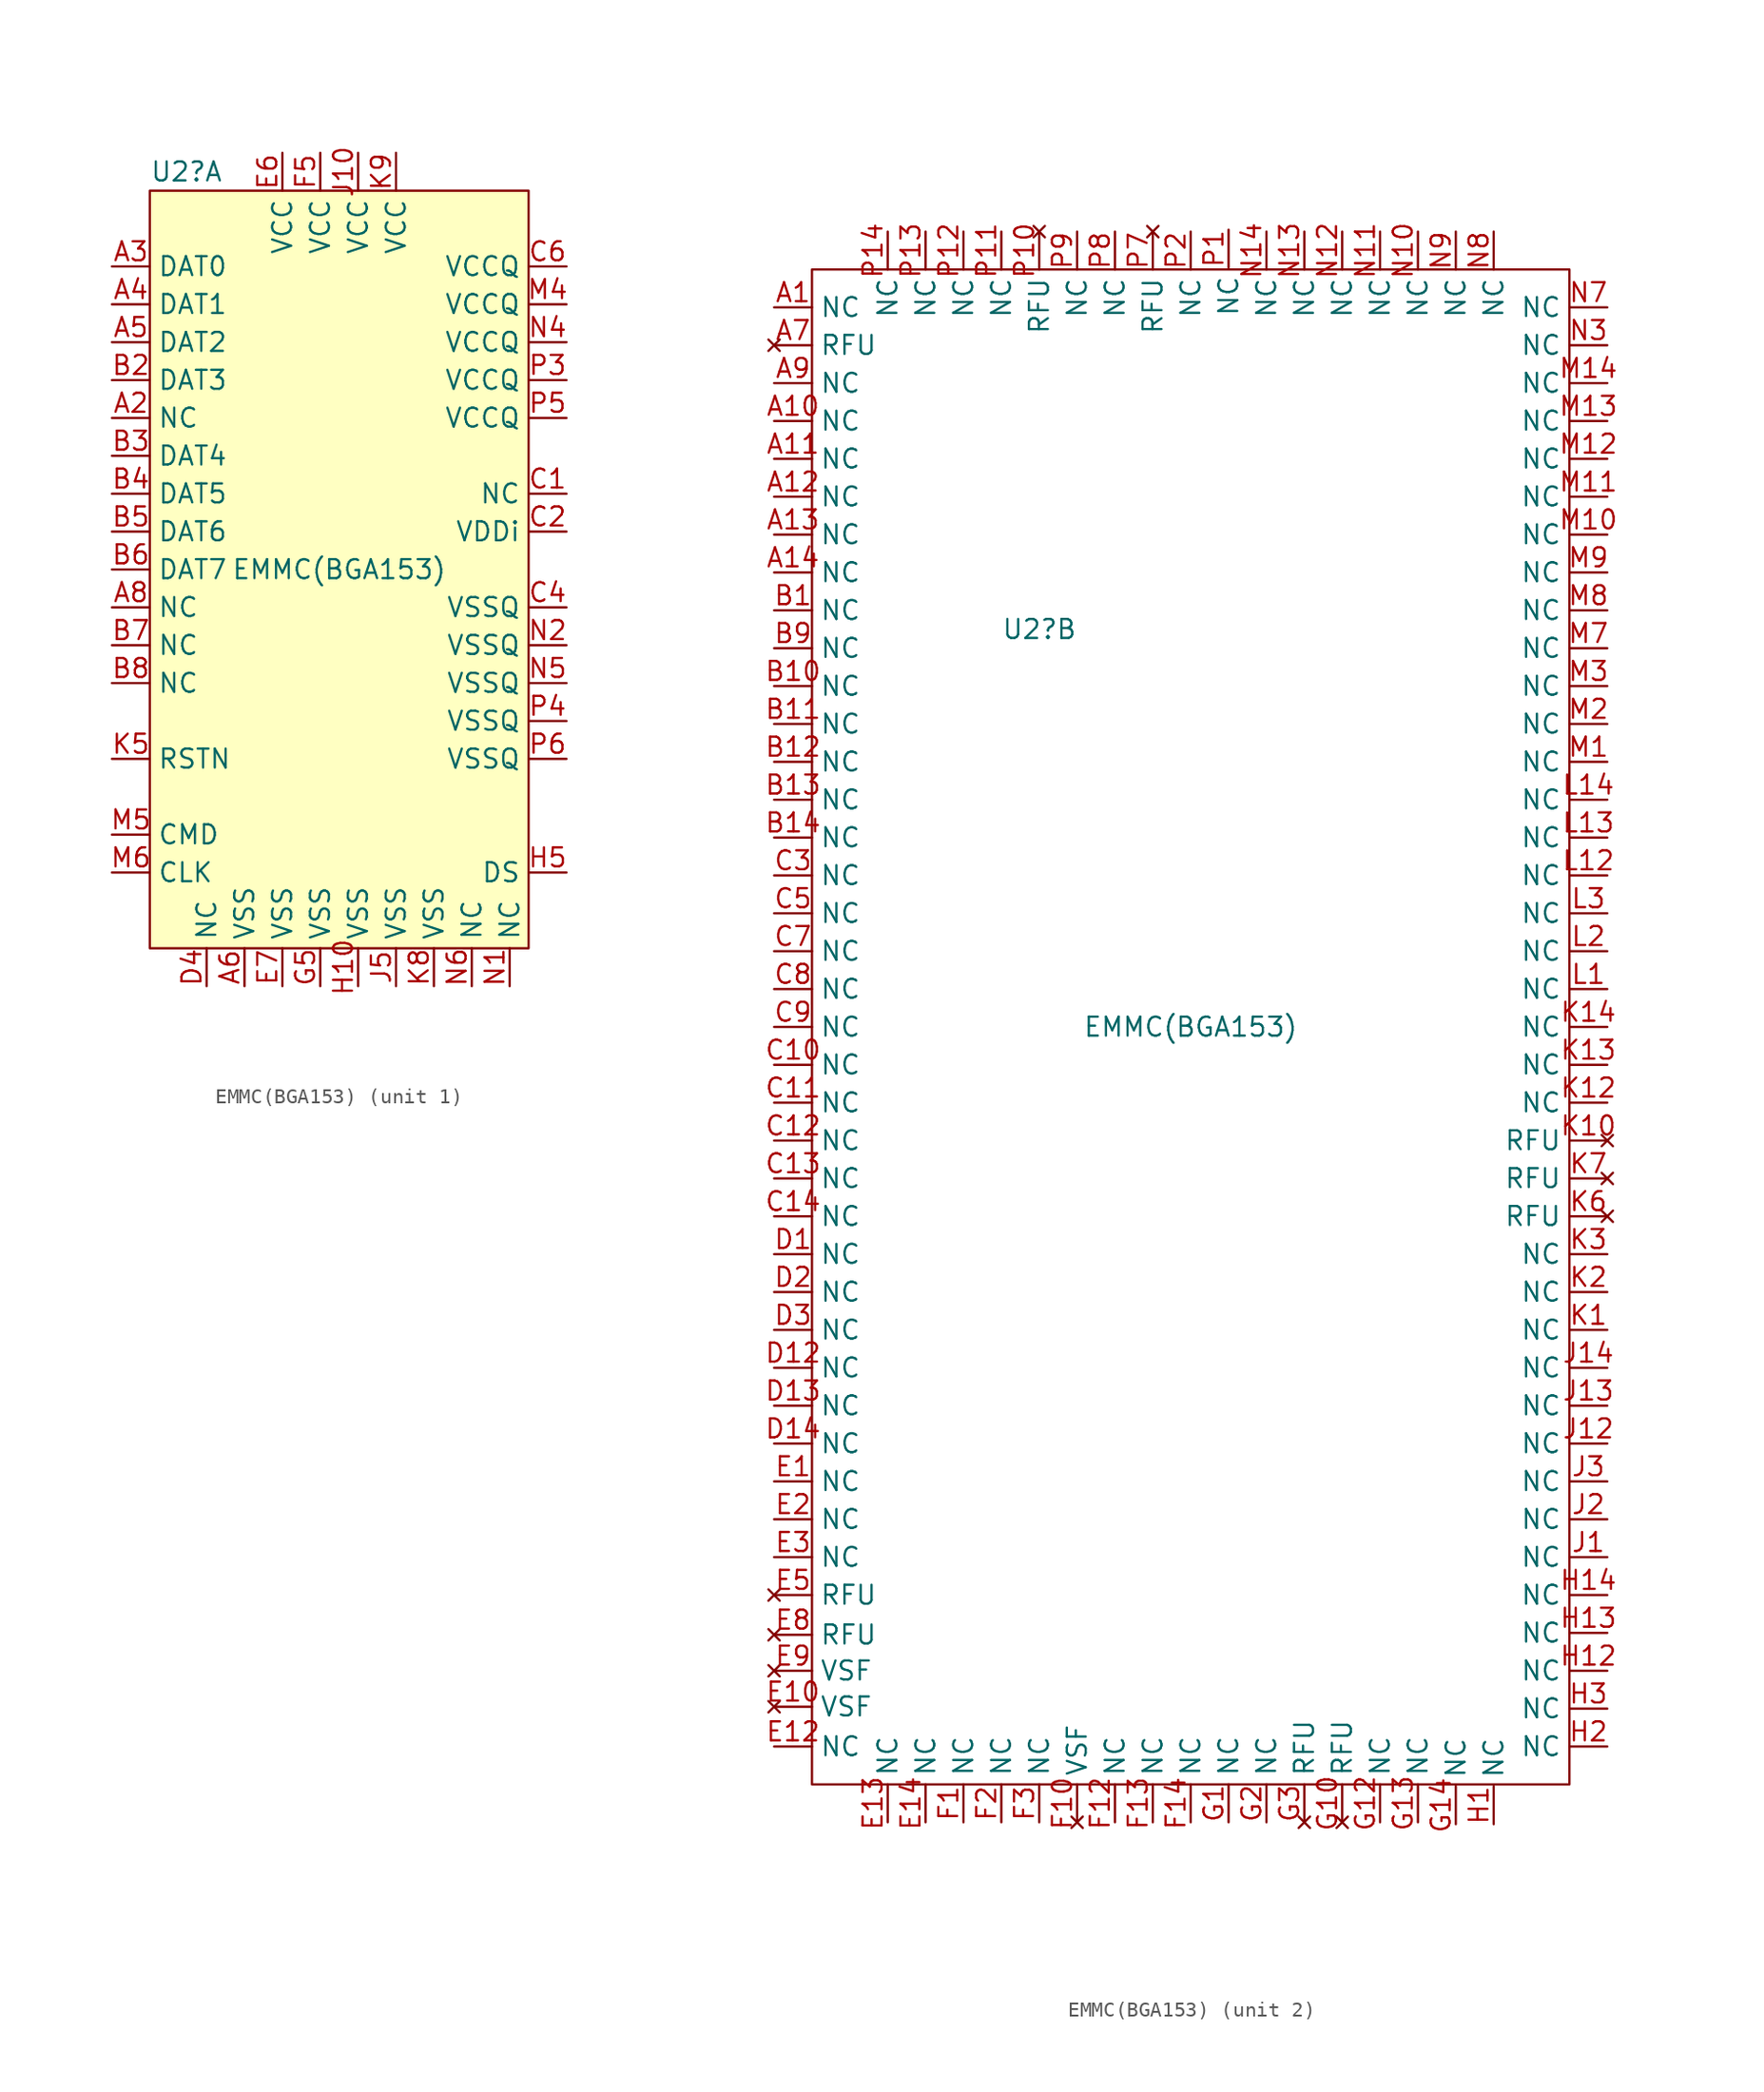
<source format=kicad_sym>
(kicad_symbol_lib
  (version 20211014)
  (generator kicad_symbol_editor)
  (symbol "EMMC(BGA153)"
    (property "Reference" "U2"
      (at -12.7 26.67 0)
      (effects (font (size 1.27 1.27)) (justify left)))
    (property "Value" "EMMC(BGA153)"
      (at 0 0 0)
      (effects (font (size 1.27 1.27))))
    (property "ki_locked" ""
      (at 0 0 0)
      (effects (font (size 1.27 1.27))))
    (symbol "EMMC(BGA153)_1_0"
      (pin free line (at -15.24 10.16 0) (length 2.54) (name "NC" (effects (font (size 1.27 1.27)))) (number "A2" (effects (font (size 1.27 1.27)))))
      (pin bidirectional line (at -15.24 20.32 0) (length 2.54) (name "DAT0" (effects (font (size 1.27 1.27)))) (number "A3" (effects (font (size 1.27 1.27)))))
      (pin bidirectional line (at -15.24 17.78 0) (length 2.54) (name "DAT1" (effects (font (size 1.27 1.27)))) (number "A4" (effects (font (size 1.27 1.27)))))
      (pin bidirectional line (at -15.24 15.24 0) (length 2.54) (name "DAT2" (effects (font (size 1.27 1.27)))) (number "A5" (effects (font (size 1.27 1.27)))))
      (pin power_in line (at -6.35 -27.94 90) (length 2.54) (name "VSS" (effects (font (size 1.27 1.27)))) (number "A6" (effects (font (size 1.27 1.27)))))
      (pin free line (at -15.24 -2.54 0) (length 2.54) (name "NC" (effects (font (size 1.27 1.27)))) (number "A8" (effects (font (size 1.27 1.27)))))
      (pin bidirectional line (at -15.24 12.7 0) (length 2.54) (name "DAT3" (effects (font (size 1.27 1.27)))) (number "B2" (effects (font (size 1.27 1.27)))))
      (pin bidirectional line (at -15.24 7.62 0) (length 2.54) (name "DAT4" (effects (font (size 1.27 1.27)))) (number "B3" (effects (font (size 1.27 1.27)))))
      (pin bidirectional line (at -15.24 5.08 0) (length 2.54) (name "DAT5" (effects (font (size 1.27 1.27)))) (number "B4" (effects (font (size 1.27 1.27)))))
      (pin bidirectional line (at -15.24 2.54 0) (length 2.54) (name "DAT6" (effects (font (size 1.27 1.27)))) (number "B5" (effects (font (size 1.27 1.27)))))
      (pin bidirectional line (at -15.24 0 0) (length 2.54) (name "DAT7" (effects (font (size 1.27 1.27)))) (number "B6" (effects (font (size 1.27 1.27)))))
      (pin free line (at -15.24 -5.08 0) (length 2.54) (name "NC" (effects (font (size 1.27 1.27)))) (number "B7" (effects (font (size 1.27 1.27)))))
      (pin free line (at -15.24 -7.62 0) (length 2.54) (name "NC" (effects (font (size 1.27 1.27)))) (number "B8" (effects (font (size 1.27 1.27)))))
      (pin free line (at 15.24 5.08 180) (length 2.54) (name "NC" (effects (font (size 1.27 1.27)))) (number "C1" (effects (font (size 1.27 1.27)))))
      (pin power_out line (at 15.24 2.54 180) (length 2.54) (name "VDDi" (effects (font (size 1.27 1.27)))) (number "C2" (effects (font (size 1.27 1.27)))))
      (pin power_in line (at 15.24 -2.54 180) (length 2.54) (name "VSSQ" (effects (font (size 1.27 1.27)))) (number "C4" (effects (font (size 1.27 1.27)))))
      (pin power_in line (at 15.24 20.32 180) (length 2.54) (name "VCCQ" (effects (font (size 1.27 1.27)))) (number "C6" (effects (font (size 1.27 1.27)))))
      (pin free line (at -8.89 -27.94 90) (length 2.54) (name "NC" (effects (font (size 1.27 1.27)))) (number "D4" (effects (font (size 1.27 1.27)))))
      (pin power_in line (at -3.81 27.94 270) (length 2.54) (name "VCC" (effects (font (size 1.27 1.27)))) (number "E6" (effects (font (size 1.27 1.27)))))
      (pin power_in line (at -3.81 -27.94 90) (length 2.54) (name "VSS" (effects (font (size 1.27 1.27)))) (number "E7" (effects (font (size 1.27 1.27)))))
      (pin power_in line (at -1.27 27.94 270) (length 2.54) (name "VCC" (effects (font (size 1.27 1.27)))) (number "F5" (effects (font (size 1.27 1.27)))))
      (pin power_in line (at -1.27 -27.94 90) (length 2.54) (name "VSS" (effects (font (size 1.27 1.27)))) (number "G5" (effects (font (size 1.27 1.27)))))
      (pin power_in line (at 1.27 -27.94 90) (length 2.54) (name "VSS" (effects (font (size 1.27 1.27)))) (number "H10" (effects (font (size 1.27 1.27)))))
      (pin bidirectional line (at 15.24 -20.32 180) (length 2.54) (name "DS" (effects (font (size 1.27 1.27)))) (number "H5" (effects (font (size 1.27 1.27)))))
      (pin power_in line (at 1.27 27.94 270) (length 2.54) (name "VCC" (effects (font (size 1.27 1.27)))) (number "J10" (effects (font (size 1.27 1.27)))))
      (pin power_in line (at 3.81 -27.94 90) (length 2.54) (name "VSS" (effects (font (size 1.27 1.27)))) (number "J5" (effects (font (size 1.27 1.27)))))
      (pin bidirectional line (at -15.24 -12.7 0) (length 2.54) (name "RSTN" (effects (font (size 1.27 1.27)))) (number "K5" (effects (font (size 1.27 1.27)))))
      (pin power_in line (at 6.35 -27.94 90) (length 2.54) (name "VSS" (effects (font (size 1.27 1.27)))) (number "K8" (effects (font (size 1.27 1.27)))))
      (pin power_in line (at 3.81 27.94 270) (length 2.54) (name "VCC" (effects (font (size 1.27 1.27)))) (number "K9" (effects (font (size 1.27 1.27)))))
      (pin power_in line (at 15.24 17.78 180) (length 2.54) (name "VCCQ" (effects (font (size 1.27 1.27)))) (number "M4" (effects (font (size 1.27 1.27)))))
      (pin bidirectional line (at -15.24 -17.78 0) (length 2.54) (name "CMD" (effects (font (size 1.27 1.27)))) (number "M5" (effects (font (size 1.27 1.27)))))
      (pin bidirectional line (at -15.24 -20.32 0) (length 2.54) (name "CLK" (effects (font (size 1.27 1.27)))) (number "M6" (effects (font (size 1.27 1.27)))))
      (pin free line (at 11.43 -27.94 90) (length 2.54) (name "NC" (effects (font (size 1.27 1.27)))) (number "N1" (effects (font (size 1.27 1.27)))))
      (pin power_in line (at 15.24 -5.08 180) (length 2.54) (name "VSSQ" (effects (font (size 1.27 1.27)))) (number "N2" (effects (font (size 1.27 1.27)))))
      (pin power_in line (at 15.24 15.24 180) (length 2.54) (name "VCCQ" (effects (font (size 1.27 1.27)))) (number "N4" (effects (font (size 1.27 1.27)))))
      (pin power_in line (at 15.24 -7.62 180) (length 2.54) (name "VSSQ" (effects (font (size 1.27 1.27)))) (number "N5" (effects (font (size 1.27 1.27)))))
      (pin free line (at 8.89 -27.94 90) (length 2.54) (name "NC" (effects (font (size 1.27 1.27)))) (number "N6" (effects (font (size 1.27 1.27)))))
      (pin power_in line (at 15.24 12.7 180) (length 2.54) (name "VCCQ" (effects (font (size 1.27 1.27)))) (number "P3" (effects (font (size 1.27 1.27)))))
      (pin power_in line (at 15.24 -10.16 180) (length 2.54) (name "VSSQ" (effects (font (size 1.27 1.27)))) (number "P4" (effects (font (size 1.27 1.27)))))
      (pin power_in line (at 15.24 10.16 180) (length 2.54) (name "VCCQ" (effects (font (size 1.27 1.27)))) (number "P5" (effects (font (size 1.27 1.27)))))
      (pin power_in line (at 15.24 -12.7 180) (length 2.54) (name "VSSQ" (effects (font (size 1.27 1.27)))) (number "P6" (effects (font (size 1.27 1.27))))))
    (symbol "EMMC(BGA153)_1_1"
      (rectangle (start -12.7 25.4) (end 12.7 -25.4) (stroke (width 0.152) (type default) (color 0 0 0 0)) (fill (type background))))
    (symbol "EMMC(BGA153)_2_0"
      (pin free line (at -27.94 48.26 0) (length 2.54) (name "NC" (effects (font (size 1.27 1.27)))) (number "A1" (effects (font (size 1.27 1.27)))))
      (pin free line (at -27.94 40.64 0) (length 2.54) (name "NC" (effects (font (size 1.27 1.27)))) (number "A10" (effects (font (size 1.27 1.27)))))
      (pin free line (at -27.94 38.1 0) (length 2.54) (name "NC" (effects (font (size 1.27 1.27)))) (number "A11" (effects (font (size 1.27 1.27)))))
      (pin free line (at -27.94 35.56 0) (length 2.54) (name "NC" (effects (font (size 1.27 1.27)))) (number "A12" (effects (font (size 1.27 1.27)))))
      (pin free line (at -27.94 33.02 0) (length 2.54) (name "NC" (effects (font (size 1.27 1.27)))) (number "A13" (effects (font (size 1.27 1.27)))))
      (pin free line (at -27.94 30.48 0) (length 2.54) (name "NC" (effects (font (size 1.27 1.27)))) (number "A14" (effects (font (size 1.27 1.27)))))
      (pin no_connect line (at -27.94 45.72 0) (length 2.54) (name "RFU" (effects (font (size 1.27 1.27)))) (number "A7" (effects (font (size 1.27 1.27)))))
      (pin free line (at -27.94 43.18 0) (length 2.54) (name "NC" (effects (font (size 1.27 1.27)))) (number "A9" (effects (font (size 1.27 1.27)))))
      (pin free line (at -27.94 27.94 0) (length 2.54) (name "NC" (effects (font (size 1.27 1.27)))) (number "B1" (effects (font (size 1.27 1.27)))))
      (pin free line (at -27.94 22.86 0) (length 2.54) (name "NC" (effects (font (size 1.27 1.27)))) (number "B10" (effects (font (size 1.27 1.27)))))
      (pin free line (at -27.94 20.32 0) (length 2.54) (name "NC" (effects (font (size 1.27 1.27)))) (number "B11" (effects (font (size 1.27 1.27)))))
      (pin free line (at -27.94 17.78 0) (length 2.54) (name "NC" (effects (font (size 1.27 1.27)))) (number "B12" (effects (font (size 1.27 1.27)))))
      (pin free line (at -27.94 15.24 0) (length 2.54) (name "NC" (effects (font (size 1.27 1.27)))) (number "B13" (effects (font (size 1.27 1.27)))))
      (pin free line (at -27.94 12.7 0) (length 2.54) (name "NC" (effects (font (size 1.27 1.27)))) (number "B14" (effects (font (size 1.27 1.27)))))
      (pin free line (at -27.94 25.4 0) (length 2.54) (name "NC" (effects (font (size 1.27 1.27)))) (number "B9" (effects (font (size 1.27 1.27)))))
      (pin free line (at -27.94 -2.54 0) (length 2.54) (name "NC" (effects (font (size 1.27 1.27)))) (number "C10" (effects (font (size 1.27 1.27)))))
      (pin free line (at -27.94 -5.08 0) (length 2.54) (name "NC" (effects (font (size 1.27 1.27)))) (number "C11" (effects (font (size 1.27 1.27)))))
      (pin free line (at -27.94 -7.62 0) (length 2.54) (name "NC" (effects (font (size 1.27 1.27)))) (number "C12" (effects (font (size 1.27 1.27)))))
      (pin free line (at -27.94 -10.16 0) (length 2.54) (name "NC" (effects (font (size 1.27 1.27)))) (number "C13" (effects (font (size 1.27 1.27)))))
      (pin free line (at -27.94 -12.7 0) (length 2.54) (name "NC" (effects (font (size 1.27 1.27)))) (number "C14" (effects (font (size 1.27 1.27)))))
      (pin free line (at -27.94 10.16 0) (length 2.54) (name "NC" (effects (font (size 1.27 1.27)))) (number "C3" (effects (font (size 1.27 1.27)))))
      (pin free line (at -27.94 7.62 0) (length 2.54) (name "NC" (effects (font (size 1.27 1.27)))) (number "C5" (effects (font (size 1.27 1.27)))))
      (pin free line (at -27.94 5.08 0) (length 2.54) (name "NC" (effects (font (size 1.27 1.27)))) (number "C7" (effects (font (size 1.27 1.27)))))
      (pin free line (at -27.94 2.54 0) (length 2.54) (name "NC" (effects (font (size 1.27 1.27)))) (number "C8" (effects (font (size 1.27 1.27)))))
      (pin free line (at -27.94 0 0) (length 2.54) (name "NC" (effects (font (size 1.27 1.27)))) (number "C9" (effects (font (size 1.27 1.27)))))
      (pin free line (at -27.94 -15.24 0) (length 2.54) (name "NC" (effects (font (size 1.27 1.27)))) (number "D1" (effects (font (size 1.27 1.27)))))
      (pin free line (at -27.94 -22.86 0) (length 2.54) (name "NC" (effects (font (size 1.27 1.27)))) (number "D12" (effects (font (size 1.27 1.27)))))
      (pin free line (at -27.94 -25.4 0) (length 2.54) (name "NC" (effects (font (size 1.27 1.27)))) (number "D13" (effects (font (size 1.27 1.27)))))
      (pin free line (at -27.94 -27.94 0) (length 2.54) (name "NC" (effects (font (size 1.27 1.27)))) (number "D14" (effects (font (size 1.27 1.27)))))
      (pin free line (at -27.94 -17.78 0) (length 2.54) (name "NC" (effects (font (size 1.27 1.27)))) (number "D2" (effects (font (size 1.27 1.27)))))
      (pin free line (at -27.94 -20.32 0) (length 2.54) (name "NC" (effects (font (size 1.27 1.27)))) (number "D3" (effects (font (size 1.27 1.27)))))
      (pin free line (at -27.94 -30.48 0) (length 2.54) (name "NC" (effects (font (size 1.27 1.27)))) (number "E1" (effects (font (size 1.27 1.27)))))
      (pin no_connect line (at -27.94 -45.593 0) (length 2.54) (name "VSF" (effects (font (size 1.27 1.27)))) (number "E10" (effects (font (size 1.27 1.27)))))
      (pin free line (at -27.94 -48.26 0) (length 2.54) (name "NC" (effects (font (size 1.27 1.27)))) (number "E12" (effects (font (size 1.27 1.27)))))
      (pin free line (at -20.32 -53.34 90) (length 2.54) (name "NC" (effects (font (size 1.27 1.27)))) (number "E13" (effects (font (size 1.27 1.27)))))
      (pin free line (at -17.78 -53.34 90) (length 2.54) (name "NC" (effects (font (size 1.27 1.27)))) (number "E14" (effects (font (size 1.27 1.27)))))
      (pin free line (at -27.94 -33.02 0) (length 2.54) (name "NC" (effects (font (size 1.27 1.27)))) (number "E2" (effects (font (size 1.27 1.27)))))
      (pin free line (at -27.94 -35.56 0) (length 2.54) (name "NC" (effects (font (size 1.27 1.27)))) (number "E3" (effects (font (size 1.27 1.27)))))
      (pin no_connect line (at -27.94 -38.1 0) (length 2.54) (name "RFU" (effects (font (size 1.27 1.27)))) (number "E5" (effects (font (size 1.27 1.27)))))
      (pin no_connect line (at -27.94 -40.767 0) (length 2.54) (name "RFU" (effects (font (size 1.27 1.27)))) (number "E8" (effects (font (size 1.27 1.27)))))
      (pin no_connect line (at -27.94 -43.18 0) (length 2.54) (name "VSF" (effects (font (size 1.27 1.27)))) (number "E9" (effects (font (size 1.27 1.27)))))
      (pin free line (at -15.24 -53.34 90) (length 2.54) (name "NC" (effects (font (size 1.27 1.27)))) (number "F1" (effects (font (size 1.27 1.27)))))
      (pin no_connect line (at -7.62 -53.34 90) (length 2.54) (name "VSF" (effects (font (size 1.27 1.27)))) (number "F10" (effects (font (size 1.27 1.27)))))
      (pin free line (at -5.08 -53.34 90) (length 2.54) (name "NC" (effects (font (size 1.27 1.27)))) (number "F12" (effects (font (size 1.27 1.27)))))
      (pin free line (at -2.54 -53.34 90) (length 2.54) (name "NC" (effects (font (size 1.27 1.27)))) (number "F13" (effects (font (size 1.27 1.27)))))
      (pin free line (at 0 -53.34 90) (length 2.54) (name "NC" (effects (font (size 1.27 1.27)))) (number "F14" (effects (font (size 1.27 1.27)))))
      (pin free line (at -12.7 -53.34 90) (length 2.54) (name "NC" (effects (font (size 1.27 1.27)))) (number "F2" (effects (font (size 1.27 1.27)))))
      (pin free line (at -10.16 -53.34 90) (length 2.54) (name "NC" (effects (font (size 1.27 1.27)))) (number "F3" (effects (font (size 1.27 1.27)))))
      (pin free line (at 2.54 -53.34 90) (length 2.54) (name "NC" (effects (font (size 1.27 1.27)))) (number "G1" (effects (font (size 1.27 1.27)))))
      (pin no_connect line (at 10.16 -53.34 90) (length 2.54) (name "RFU" (effects (font (size 1.27 1.27)))) (number "G10" (effects (font (size 1.27 1.27)))))
      (pin free line (at 12.7 -53.34 90) (length 2.54) (name "NC" (effects (font (size 1.27 1.27)))) (number "G12" (effects (font (size 1.27 1.27)))))
      (pin free line (at 15.24 -53.34 90) (length 2.54) (name "NC" (effects (font (size 1.27 1.27)))) (number "G13" (effects (font (size 1.27 1.27)))))
      (pin free line (at 17.78 -53.467 90) (length 2.54) (name "NC" (effects (font (size 1.27 1.27)))) (number "G14" (effects (font (size 1.27 1.27)))))
      (pin free line (at 5.08 -53.34 90) (length 2.54) (name "NC" (effects (font (size 1.27 1.27)))) (number "G2" (effects (font (size 1.27 1.27)))))
      (pin no_connect line (at 7.62 -53.34 90) (length 2.54) (name "RFU" (effects (font (size 1.27 1.27)))) (number "G3" (effects (font (size 1.27 1.27)))))
      (pin free line (at 20.32 -53.467 90) (length 2.54) (name "NC" (effects (font (size 1.27 1.27)))) (number "H1" (effects (font (size 1.27 1.27)))))
      (pin free line (at 27.94 -43.18 180) (length 2.54) (name "NC" (effects (font (size 1.27 1.27)))) (number "H12" (effects (font (size 1.27 1.27)))))
      (pin free line (at 27.94 -40.64 180) (length 2.54) (name "NC" (effects (font (size 1.27 1.27)))) (number "H13" (effects (font (size 1.27 1.27)))))
      (pin free line (at 27.94 -38.1 180) (length 2.54) (name "NC" (effects (font (size 1.27 1.27)))) (number "H14" (effects (font (size 1.27 1.27)))))
      (pin free line (at 27.94 -48.26 180) (length 2.54) (name "NC" (effects (font (size 1.27 1.27)))) (number "H2" (effects (font (size 1.27 1.27)))))
      (pin free line (at 27.94 -45.72 180) (length 2.54) (name "NC" (effects (font (size 1.27 1.27)))) (number "H3" (effects (font (size 1.27 1.27)))))
      (pin free line (at 27.94 -35.56 180) (length 2.54) (name "NC" (effects (font (size 1.27 1.27)))) (number "J1" (effects (font (size 1.27 1.27)))))
      (pin free line (at 27.94 -27.94 180) (length 2.54) (name "NC" (effects (font (size 1.27 1.27)))) (number "J12" (effects (font (size 1.27 1.27)))))
      (pin free line (at 27.94 -25.4 180) (length 2.54) (name "NC" (effects (font (size 1.27 1.27)))) (number "J13" (effects (font (size 1.27 1.27)))))
      (pin free line (at 27.94 -22.86 180) (length 2.54) (name "NC" (effects (font (size 1.27 1.27)))) (number "J14" (effects (font (size 1.27 1.27)))))
      (pin free line (at 27.94 -33.02 180) (length 2.54) (name "NC" (effects (font (size 1.27 1.27)))) (number "J2" (effects (font (size 1.27 1.27)))))
      (pin free line (at 27.94 -30.48 180) (length 2.54) (name "NC" (effects (font (size 1.27 1.27)))) (number "J3" (effects (font (size 1.27 1.27)))))
      (pin free line (at 27.94 -20.32 180) (length 2.54) (name "NC" (effects (font (size 1.27 1.27)))) (number "K1" (effects (font (size 1.27 1.27)))))
      (pin no_connect line (at 27.94 -7.62 180) (length 2.54) (name "RFU" (effects (font (size 1.27 1.27)))) (number "K10" (effects (font (size 1.27 1.27)))))
      (pin free line (at 27.94 -5.08 180) (length 2.54) (name "NC" (effects (font (size 1.27 1.27)))) (number "K12" (effects (font (size 1.27 1.27)))))
      (pin free line (at 27.94 -2.54 180) (length 2.54) (name "NC" (effects (font (size 1.27 1.27)))) (number "K13" (effects (font (size 1.27 1.27)))))
      (pin free line (at 27.94 0 180) (length 2.54) (name "NC" (effects (font (size 1.27 1.27)))) (number "K14" (effects (font (size 1.27 1.27)))))
      (pin free line (at 27.94 -17.78 180) (length 2.54) (name "NC" (effects (font (size 1.27 1.27)))) (number "K2" (effects (font (size 1.27 1.27)))))
      (pin free line (at 27.94 -15.24 180) (length 2.54) (name "NC" (effects (font (size 1.27 1.27)))) (number "K3" (effects (font (size 1.27 1.27)))))
      (pin no_connect line (at 27.94 -12.7 180) (length 2.54) (name "RFU" (effects (font (size 1.27 1.27)))) (number "K6" (effects (font (size 1.27 1.27)))))
      (pin no_connect line (at 27.94 -10.16 180) (length 2.54) (name "RFU" (effects (font (size 1.27 1.27)))) (number "K7" (effects (font (size 1.27 1.27)))))
      (pin free line (at 27.94 2.54 180) (length 2.54) (name "NC" (effects (font (size 1.27 1.27)))) (number "L1" (effects (font (size 1.27 1.27)))))
      (pin free line (at 27.94 10.16 180) (length 2.54) (name "NC" (effects (font (size 1.27 1.27)))) (number "L12" (effects (font (size 1.27 1.27)))))
      (pin free line (at 27.94 12.7 180) (length 2.54) (name "NC" (effects (font (size 1.27 1.27)))) (number "L13" (effects (font (size 1.27 1.27)))))
      (pin free line (at 27.94 15.24 180) (length 2.54) (name "NC" (effects (font (size 1.27 1.27)))) (number "L14" (effects (font (size 1.27 1.27)))))
      (pin free line (at 27.94 5.08 180) (length 2.54) (name "NC" (effects (font (size 1.27 1.27)))) (number "L2" (effects (font (size 1.27 1.27)))))
      (pin free line (at 27.94 7.62 180) (length 2.54) (name "NC" (effects (font (size 1.27 1.27)))) (number "L3" (effects (font (size 1.27 1.27)))))
      (pin free line (at 27.94 17.78 180) (length 2.54) (name "NC" (effects (font (size 1.27 1.27)))) (number "M1" (effects (font (size 1.27 1.27)))))
      (pin free line (at 27.94 33.02 180) (length 2.54) (name "NC" (effects (font (size 1.27 1.27)))) (number "M10" (effects (font (size 1.27 1.27)))))
      (pin free line (at 27.94 35.56 180) (length 2.54) (name "NC" (effects (font (size 1.27 1.27)))) (number "M11" (effects (font (size 1.27 1.27)))))
      (pin free line (at 27.94 38.1 180) (length 2.54) (name "NC" (effects (font (size 1.27 1.27)))) (number "M12" (effects (font (size 1.27 1.27)))))
      (pin free line (at 27.94 40.64 180) (length 2.54) (name "NC" (effects (font (size 1.27 1.27)))) (number "M13" (effects (font (size 1.27 1.27)))))
      (pin free line (at 27.94 43.18 180) (length 2.54) (name "NC" (effects (font (size 1.27 1.27)))) (number "M14" (effects (font (size 1.27 1.27)))))
      (pin free line (at 27.94 20.32 180) (length 2.54) (name "NC" (effects (font (size 1.27 1.27)))) (number "M2" (effects (font (size 1.27 1.27)))))
      (pin free line (at 27.94 22.86 180) (length 2.54) (name "NC" (effects (font (size 1.27 1.27)))) (number "M3" (effects (font (size 1.27 1.27)))))
      (pin free line (at 27.94 25.4 180) (length 2.54) (name "NC" (effects (font (size 1.27 1.27)))) (number "M7" (effects (font (size 1.27 1.27)))))
      (pin free line (at 27.94 27.94 180) (length 2.54) (name "NC" (effects (font (size 1.27 1.27)))) (number "M8" (effects (font (size 1.27 1.27)))))
      (pin free line (at 27.94 30.48 180) (length 2.54) (name "NC" (effects (font (size 1.27 1.27)))) (number "M9" (effects (font (size 1.27 1.27)))))
      (pin free line (at 15.24 53.34 270) (length 2.54) (name "NC" (effects (font (size 1.27 1.27)))) (number "N10" (effects (font (size 1.27 1.27)))))
      (pin free line (at 12.7 53.34 270) (length 2.54) (name "NC" (effects (font (size 1.27 1.27)))) (number "N11" (effects (font (size 1.27 1.27)))))
      (pin free line (at 10.16 53.34 270) (length 2.54) (name "NC" (effects (font (size 1.27 1.27)))) (number "N12" (effects (font (size 1.27 1.27)))))
      (pin free line (at 7.62 53.34 270) (length 2.54) (name "NC" (effects (font (size 1.27 1.27)))) (number "N13" (effects (font (size 1.27 1.27)))))
      (pin free line (at 5.08 53.34 270) (length 2.54) (name "NC" (effects (font (size 1.27 1.27)))) (number "N14" (effects (font (size 1.27 1.27)))))
      (pin free line (at 27.94 45.72 180) (length 2.54) (name "NC" (effects (font (size 1.27 1.27)))) (number "N3" (effects (font (size 1.27 1.27)))))
      (pin free line (at 27.94 48.26 180) (length 2.54) (name "NC" (effects (font (size 1.27 1.27)))) (number "N7" (effects (font (size 1.27 1.27)))))
      (pin free line (at 20.32 53.34 270) (length 2.54) (name "NC" (effects (font (size 1.27 1.27)))) (number "N8" (effects (font (size 1.27 1.27)))))
      (pin free line (at 17.78 53.34 270) (length 2.54) (name "NC" (effects (font (size 1.27 1.27)))) (number "N9" (effects (font (size 1.27 1.27)))))
      (pin free line (at 2.54 53.467 270) (length 2.54) (name "NC" (effects (font (size 1.27 1.27)))) (number "P1" (effects (font (size 1.27 1.27)))))
      (pin no_connect line (at -10.16 53.34 270) (length 2.54) (name "RFU" (effects (font (size 1.27 1.27)))) (number "P10" (effects (font (size 1.27 1.27)))))
      (pin free line (at -12.7 53.34 270) (length 2.54) (name "NC" (effects (font (size 1.27 1.27)))) (number "P11" (effects (font (size 1.27 1.27)))))
      (pin free line (at -15.24 53.34 270) (length 2.54) (name "NC" (effects (font (size 1.27 1.27)))) (number "P12" (effects (font (size 1.27 1.27)))))
      (pin free line (at -17.78 53.34 270) (length 2.54) (name "NC" (effects (font (size 1.27 1.27)))) (number "P13" (effects (font (size 1.27 1.27)))))
      (pin free line (at -20.32 53.34 270) (length 2.54) (name "NC" (effects (font (size 1.27 1.27)))) (number "P14" (effects (font (size 1.27 1.27)))))
      (pin free line (at 0 53.34 270) (length 2.54) (name "NC" (effects (font (size 1.27 1.27)))) (number "P2" (effects (font (size 1.27 1.27)))))
      (pin no_connect line (at -2.54 53.34 270) (length 2.54) (name "RFU" (effects (font (size 1.27 1.27)))) (number "P7" (effects (font (size 1.27 1.27)))))
      (pin free line (at -5.08 53.34 270) (length 2.54) (name "NC" (effects (font (size 1.27 1.27)))) (number "P8" (effects (font (size 1.27 1.27)))))
      (pin free line (at -7.62 53.34 270) (length 2.54) (name "NC" (effects (font (size 1.27 1.27)))) (number "P9" (effects (font (size 1.27 1.27))))))
    (symbol "EMMC(BGA153)_2_1"
      (rectangle (start -25.4 50.8) (end 25.4 -50.8) (stroke (width 0.152) (type default) (color 0 0 0 0)) (fill (type none))))))
</source>
